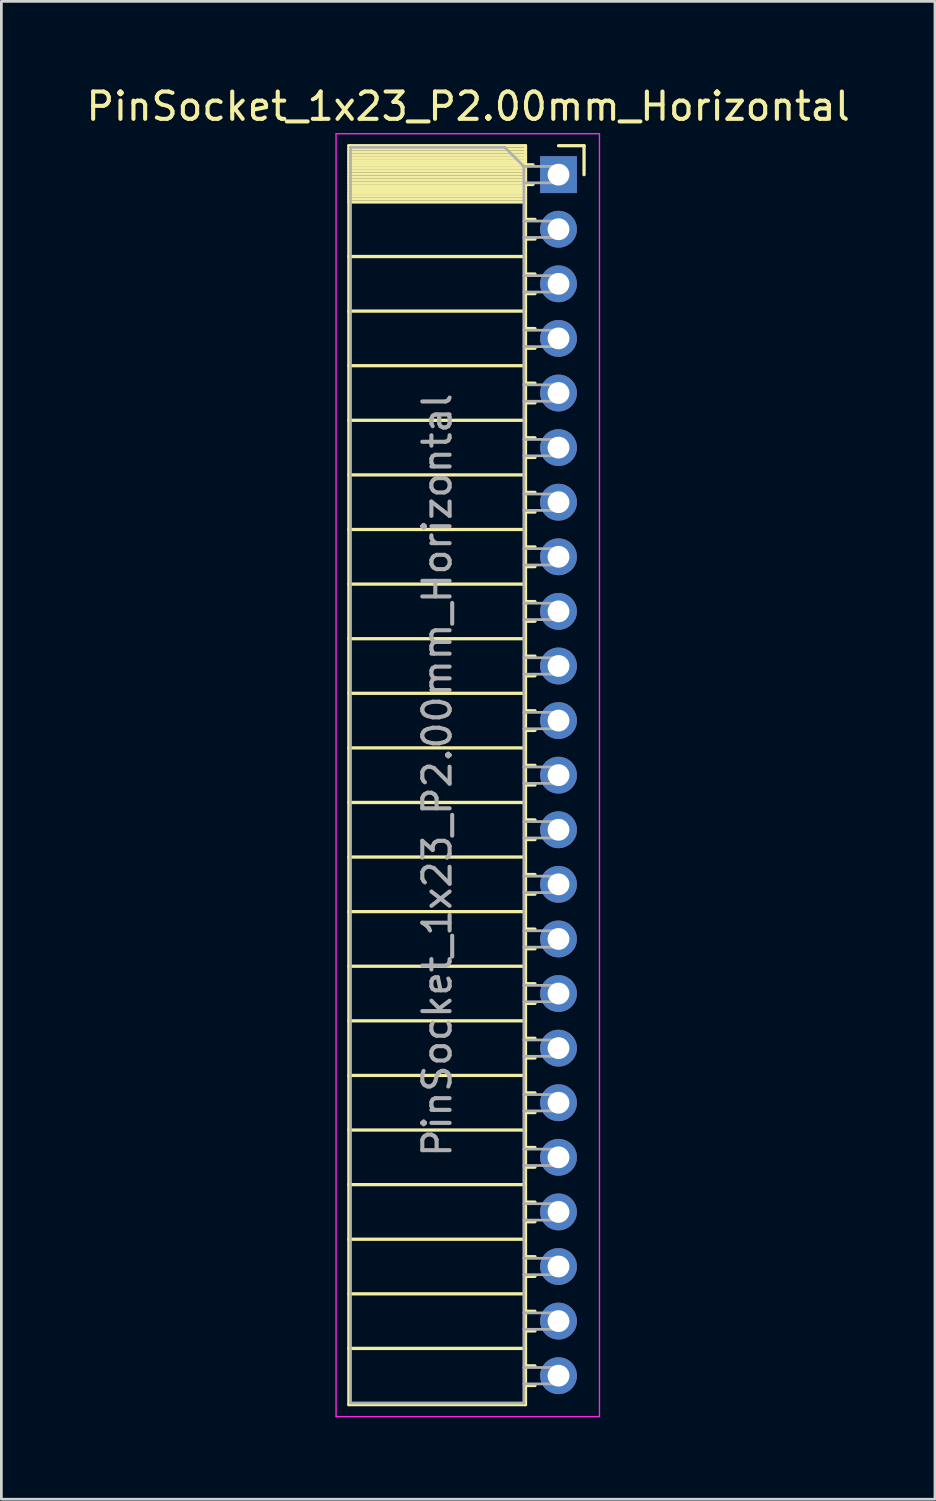
<source format=kicad_pcb>
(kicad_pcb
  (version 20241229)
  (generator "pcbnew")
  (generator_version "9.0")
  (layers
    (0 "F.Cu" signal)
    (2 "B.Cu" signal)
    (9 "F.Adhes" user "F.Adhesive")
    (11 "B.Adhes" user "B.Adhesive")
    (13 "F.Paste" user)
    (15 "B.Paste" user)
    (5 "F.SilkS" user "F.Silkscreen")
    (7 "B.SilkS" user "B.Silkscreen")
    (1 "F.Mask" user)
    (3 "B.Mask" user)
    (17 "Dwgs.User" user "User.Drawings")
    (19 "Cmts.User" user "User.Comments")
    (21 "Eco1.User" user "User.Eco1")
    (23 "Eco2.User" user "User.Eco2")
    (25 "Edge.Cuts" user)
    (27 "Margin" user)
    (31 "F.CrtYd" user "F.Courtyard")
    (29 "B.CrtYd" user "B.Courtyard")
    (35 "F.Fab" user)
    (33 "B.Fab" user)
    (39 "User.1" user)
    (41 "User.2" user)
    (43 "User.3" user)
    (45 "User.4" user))
  (footprint "PinSocket_1x23_P2.00mm_Horizontal"
    (layer "F.Cu")
    (at 17.411 3.348)
    (property "Reference" "PinSocket_1x23_P2.00mm_Horizontal" (at -3.31 -2.5 0) (layer "F.SilkS") (effects (font (size 1 1) (thickness 0.15))))
    (attr through_hole)
    (fp_line (start -7.68 -1.06) (end -7.68 45.06) (stroke (width 0.12) (type solid)) (layer "F.SilkS"))
    (fp_line (start -7.68 -1.06) (end -1.21 -1.06) (stroke (width 0.12) (type solid)) (layer "F.SilkS"))
    (fp_line (start -7.68 -0.94) (end -1.21 -0.94) (stroke (width 0.12) (type solid)) (layer "F.SilkS"))
    (fp_line (start -7.68 -0.826) (end -1.21 -0.826) (stroke (width 0.12) (type solid)) (layer "F.SilkS"))
    (fp_line (start -7.68 -0.712) (end -1.21 -0.712) (stroke (width 0.12) (type solid)) (layer "F.SilkS"))
    (fp_line (start -7.68 -0.598) (end -1.21 -0.598) (stroke (width 0.12) (type solid)) (layer "F.SilkS"))
    (fp_line (start -7.68 -0.484) (end -1.21 -0.484) (stroke (width 0.12) (type solid)) (layer "F.SilkS"))
    (fp_line (start -7.68 -0.369) (end -1.21 -0.369) (stroke (width 0.12) (type solid)) (layer "F.SilkS"))
    (fp_line (start -7.68 -0.255) (end -1.21 -0.255) (stroke (width 0.12) (type solid)) (layer "F.SilkS"))
    (fp_line (start -7.68 -0.141) (end -1.21 -0.141) (stroke (width 0.12) (type solid)) (layer "F.SilkS"))
    (fp_line (start -7.68 -0.027) (end -1.21 -0.027) (stroke (width 0.12) (type solid)) (layer "F.SilkS"))
    (fp_line (start -7.68 0.087) (end -1.21 0.087) (stroke (width 0.12) (type solid)) (layer "F.SilkS"))
    (fp_line (start -7.68 0.201) (end -1.21 0.201) (stroke (width 0.12) (type solid)) (layer "F.SilkS"))
    (fp_line (start -7.68 0.315) (end -1.21 0.315) (stroke (width 0.12) (type solid)) (layer "F.SilkS"))
    (fp_line (start -7.68 0.429) (end -1.21 0.429) (stroke (width 0.12) (type solid)) (layer "F.SilkS"))
    (fp_line (start -7.68 0.544) (end -1.21 0.544) (stroke (width 0.12) (type solid)) (layer "F.SilkS"))
    (fp_line (start -7.68 0.658) (end -1.21 0.658) (stroke (width 0.12) (type solid)) (layer "F.SilkS"))
    (fp_line (start -7.68 0.772) (end -1.21 0.772) (stroke (width 0.12) (type solid)) (layer "F.SilkS"))
    (fp_line (start -7.68 0.886) (end -1.21 0.886) (stroke (width 0.12) (type solid)) (layer "F.SilkS"))
    (fp_line (start -7.68 1) (end -1.21 1) (stroke (width 0.12) (type solid)) (layer "F.SilkS"))
    (fp_line (start -7.68 3) (end -1.21 3) (stroke (width 0.12) (type solid)) (layer "F.SilkS"))
    (fp_line (start -7.68 5) (end -1.21 5) (stroke (width 0.12) (type solid)) (layer "F.SilkS"))
    (fp_line (start -7.68 7) (end -1.21 7) (stroke (width 0.12) (type solid)) (layer "F.SilkS"))
    (fp_line (start -7.68 9) (end -1.21 9) (stroke (width 0.12) (type solid)) (layer "F.SilkS"))
    (fp_line (start -7.68 11) (end -1.21 11) (stroke (width 0.12) (type solid)) (layer "F.SilkS"))
    (fp_line (start -7.68 13) (end -1.21 13) (stroke (width 0.12) (type solid)) (layer "F.SilkS"))
    (fp_line (start -7.68 15) (end -1.21 15) (stroke (width 0.12) (type solid)) (layer "F.SilkS"))
    (fp_line (start -7.68 17) (end -1.21 17) (stroke (width 0.12) (type solid)) (layer "F.SilkS"))
    (fp_line (start -7.68 19) (end -1.21 19) (stroke (width 0.12) (type solid)) (layer "F.SilkS"))
    (fp_line (start -7.68 21) (end -1.21 21) (stroke (width 0.12) (type solid)) (layer "F.SilkS"))
    (fp_line (start -7.68 23) (end -1.21 23) (stroke (width 0.12) (type solid)) (layer "F.SilkS"))
    (fp_line (start -7.68 25) (end -1.21 25) (stroke (width 0.12) (type solid)) (layer "F.SilkS"))
    (fp_line (start -7.68 27) (end -1.21 27) (stroke (width 0.12) (type solid)) (layer "F.SilkS"))
    (fp_line (start -7.68 29) (end -1.21 29) (stroke (width 0.12) (type solid)) (layer "F.SilkS"))
    (fp_line (start -7.68 31) (end -1.21 31) (stroke (width 0.12) (type solid)) (layer "F.SilkS"))
    (fp_line (start -7.68 33) (end -1.21 33) (stroke (width 0.12) (type solid)) (layer "F.SilkS"))
    (fp_line (start -7.68 35) (end -1.21 35) (stroke (width 0.12) (type solid)) (layer "F.SilkS"))
    (fp_line (start -7.68 37) (end -1.21 37) (stroke (width 0.12) (type solid)) (layer "F.SilkS"))
    (fp_line (start -7.68 39) (end -1.21 39) (stroke (width 0.12) (type solid)) (layer "F.SilkS"))
    (fp_line (start -7.68 41) (end -1.21 41) (stroke (width 0.12) (type solid)) (layer "F.SilkS"))
    (fp_line (start -7.68 43) (end -1.21 43) (stroke (width 0.12) (type solid)) (layer "F.SilkS"))
    (fp_line (start -7.68 45.06) (end -1.21 45.06) (stroke (width 0.12) (type solid)) (layer "F.SilkS"))
    (fp_line (start -1.21 -1.06) (end -1.21 45.06) (stroke (width 0.12) (type solid)) (layer "F.SilkS"))
    (fp_line (start -1.21 -0.36) (end -0.935 -0.36) (stroke (width 0.12) (type solid)) (layer "F.SilkS"))
    (fp_line (start -1.21 0.36) (end -0.935 0.36) (stroke (width 0.12) (type solid)) (layer "F.SilkS"))
    (fp_line (start -1.21 1.64) (end -0.863 1.64) (stroke (width 0.12) (type solid)) (layer "F.SilkS"))
    (fp_line (start -1.21 2.36) (end -0.863 2.36) (stroke (width 0.12) (type solid)) (layer "F.SilkS"))
    (fp_line (start -1.21 3.64) (end -0.863 3.64) (stroke (width 0.12) (type solid)) (layer "F.SilkS"))
    (fp_line (start -1.21 4.36) (end -0.863 4.36) (stroke (width 0.12) (type solid)) (layer "F.SilkS"))
    (fp_line (start -1.21 5.64) (end -0.863 5.64) (stroke (width 0.12) (type solid)) (layer "F.SilkS"))
    (fp_line (start -1.21 6.36) (end -0.863 6.36) (stroke (width 0.12) (type solid)) (layer "F.SilkS"))
    (fp_line (start -1.21 7.64) (end -0.863 7.64) (stroke (width 0.12) (type solid)) (layer "F.SilkS"))
    (fp_line (start -1.21 8.36) (end -0.863 8.36) (stroke (width 0.12) (type solid)) (layer "F.SilkS"))
    (fp_line (start -1.21 9.64) (end -0.863 9.64) (stroke (width 0.12) (type solid)) (layer "F.SilkS"))
    (fp_line (start -1.21 10.36) (end -0.863 10.36) (stroke (width 0.12) (type solid)) (layer "F.SilkS"))
    (fp_line (start -1.21 11.64) (end -0.863 11.64) (stroke (width 0.12) (type solid)) (layer "F.SilkS"))
    (fp_line (start -1.21 12.36) (end -0.863 12.36) (stroke (width 0.12) (type solid)) (layer "F.SilkS"))
    (fp_line (start -1.21 13.64) (end -0.863 13.64) (stroke (width 0.12) (type solid)) (layer "F.SilkS"))
    (fp_line (start -1.21 14.36) (end -0.863 14.36) (stroke (width 0.12) (type solid)) (layer "F.SilkS"))
    (fp_line (start -1.21 15.64) (end -0.863 15.64) (stroke (width 0.12) (type solid)) (layer "F.SilkS"))
    (fp_line (start -1.21 16.36) (end -0.863 16.36) (stroke (width 0.12) (type solid)) (layer "F.SilkS"))
    (fp_line (start -1.21 17.64) (end -0.863 17.64) (stroke (width 0.12) (type solid)) (layer "F.SilkS"))
    (fp_line (start -1.21 18.36) (end -0.863 18.36) (stroke (width 0.12) (type solid)) (layer "F.SilkS"))
    (fp_line (start -1.21 19.64) (end -0.863 19.64) (stroke (width 0.12) (type solid)) (layer "F.SilkS"))
    (fp_line (start -1.21 20.36) (end -0.863 20.36) (stroke (width 0.12) (type solid)) (layer "F.SilkS"))
    (fp_line (start -1.21 21.64) (end -0.863 21.64) (stroke (width 0.12) (type solid)) (layer "F.SilkS"))
    (fp_line (start -1.21 22.36) (end -0.863 22.36) (stroke (width 0.12) (type solid)) (layer "F.SilkS"))
    (fp_line (start -1.21 23.64) (end -0.863 23.64) (stroke (width 0.12) (type solid)) (layer "F.SilkS"))
    (fp_line (start -1.21 24.36) (end -0.863 24.36) (stroke (width 0.12) (type solid)) (layer "F.SilkS"))
    (fp_line (start -1.21 25.64) (end -0.863 25.64) (stroke (width 0.12) (type solid)) (layer "F.SilkS"))
    (fp_line (start -1.21 26.36) (end -0.863 26.36) (stroke (width 0.12) (type solid)) (layer "F.SilkS"))
    (fp_line (start -1.21 27.64) (end -0.863 27.64) (stroke (width 0.12) (type solid)) (layer "F.SilkS"))
    (fp_line (start -1.21 28.36) (end -0.863 28.36) (stroke (width 0.12) (type solid)) (layer "F.SilkS"))
    (fp_line (start -1.21 29.64) (end -0.863 29.64) (stroke (width 0.12) (type solid)) (layer "F.SilkS"))
    (fp_line (start -1.21 30.36) (end -0.863 30.36) (stroke (width 0.12) (type solid)) (layer "F.SilkS"))
    (fp_line (start -1.21 31.64) (end -0.863 31.64) (stroke (width 0.12) (type solid)) (layer "F.SilkS"))
    (fp_line (start -1.21 32.36) (end -0.863 32.36) (stroke (width 0.12) (type solid)) (layer "F.SilkS"))
    (fp_line (start -1.21 33.64) (end -0.863 33.64) (stroke (width 0.12) (type solid)) (layer "F.SilkS"))
    (fp_line (start -1.21 34.36) (end -0.863 34.36) (stroke (width 0.12) (type solid)) (layer "F.SilkS"))
    (fp_line (start -1.21 35.64) (end -0.863 35.64) (stroke (width 0.12) (type solid)) (layer "F.SilkS"))
    (fp_line (start -1.21 36.36) (end -0.863 36.36) (stroke (width 0.12) (type solid)) (layer "F.SilkS"))
    (fp_line (start -1.21 37.64) (end -0.863 37.64) (stroke (width 0.12) (type solid)) (layer "F.SilkS"))
    (fp_line (start -1.21 38.36) (end -0.863 38.36) (stroke (width 0.12) (type solid)) (layer "F.SilkS"))
    (fp_line (start -1.21 39.64) (end -0.863 39.64) (stroke (width 0.12) (type solid)) (layer "F.SilkS"))
    (fp_line (start -1.21 40.36) (end -0.863 40.36) (stroke (width 0.12) (type solid)) (layer "F.SilkS"))
    (fp_line (start -1.21 41.64) (end -0.863 41.64) (stroke (width 0.12) (type solid)) (layer "F.SilkS"))
    (fp_line (start -1.21 42.36) (end -0.863 42.36) (stroke (width 0.12) (type solid)) (layer "F.SilkS"))
    (fp_line (start -1.21 43.64) (end -0.863 43.64) (stroke (width 0.12) (type solid)) (layer "F.SilkS"))
    (fp_line (start -1.21 44.36) (end -0.863 44.36) (stroke (width 0.12) (type solid)) (layer "F.SilkS"))
    (fp_line (start 0 -1.06) (end 0.935 -1.06) (stroke (width 0.12) (type solid)) (layer "F.SilkS"))
    (fp_line (start 0.935 -1.06) (end 0.935 0) (stroke (width 0.12) (type solid)) (layer "F.SilkS"))
    (fp_line (start -8.15 -1.5) (end -8.15 45.5) (stroke (width 0.05) (type solid)) (layer "F.CrtYd"))
    (fp_line (start -8.15 45.5) (end 1.5 45.5) (stroke (width 0.05) (type solid)) (layer "F.CrtYd"))
    (fp_line (start 1.5 -1.5) (end -8.15 -1.5) (stroke (width 0.05) (type solid)) (layer "F.CrtYd"))
    (fp_line (start 1.5 45.5) (end 1.5 -1.5) (stroke (width 0.05) (type solid)) (layer "F.CrtYd"))
    (fp_line (start -7.62 -1) (end -1.97 -1) (stroke (width 0.1) (type solid)) (layer "F.Fab"))
    (fp_line (start -7.62 45) (end -7.62 -1) (stroke (width 0.1) (type solid)) (layer "F.Fab"))
    (fp_line (start -1.97 -1) (end -1.27 -0.3) (stroke (width 0.1) (type solid)) (layer "F.Fab"))
    (fp_line (start -1.27 -0.3) (end -1.27 45) (stroke (width 0.1) (type solid)) (layer "F.Fab"))
    (fp_line (start -1.27 0.3) (end 0 0.3) (stroke (width 0.1) (type solid)) (layer "F.Fab"))
    (fp_line (start -1.27 2.3) (end 0 2.3) (stroke (width 0.1) (type solid)) (layer "F.Fab"))
    (fp_line (start -1.27 4.3) (end 0 4.3) (stroke (width 0.1) (type solid)) (layer "F.Fab"))
    (fp_line (start -1.27 6.3) (end 0 6.3) (stroke (width 0.1) (type solid)) (layer "F.Fab"))
    (fp_line (start -1.27 8.3) (end 0 8.3) (stroke (width 0.1) (type solid)) (layer "F.Fab"))
    (fp_line (start -1.27 10.3) (end 0 10.3) (stroke (width 0.1) (type solid)) (layer "F.Fab"))
    (fp_line (start -1.27 12.3) (end 0 12.3) (stroke (width 0.1) (type solid)) (layer "F.Fab"))
    (fp_line (start -1.27 14.3) (end 0 14.3) (stroke (width 0.1) (type solid)) (layer "F.Fab"))
    (fp_line (start -1.27 16.3) (end 0 16.3) (stroke (width 0.1) (type solid)) (layer "F.Fab"))
    (fp_line (start -1.27 18.3) (end 0 18.3) (stroke (width 0.1) (type solid)) (layer "F.Fab"))
    (fp_line (start -1.27 20.3) (end 0 20.3) (stroke (width 0.1) (type solid)) (layer "F.Fab"))
    (fp_line (start -1.27 22.3) (end 0 22.3) (stroke (width 0.1) (type solid)) (layer "F.Fab"))
    (fp_line (start -1.27 24.3) (end 0 24.3) (stroke (width 0.1) (type solid)) (layer "F.Fab"))
    (fp_line (start -1.27 26.3) (end 0 26.3) (stroke (width 0.1) (type solid)) (layer "F.Fab"))
    (fp_line (start -1.27 28.3) (end 0 28.3) (stroke (width 0.1) (type solid)) (layer "F.Fab"))
    (fp_line (start -1.27 30.3) (end 0 30.3) (stroke (width 0.1) (type solid)) (layer "F.Fab"))
    (fp_line (start -1.27 32.3) (end 0 32.3) (stroke (width 0.1) (type solid)) (layer "F.Fab"))
    (fp_line (start -1.27 34.3) (end 0 34.3) (stroke (width 0.1) (type solid)) (layer "F.Fab"))
    (fp_line (start -1.27 36.3) (end 0 36.3) (stroke (width 0.1) (type solid)) (layer "F.Fab"))
    (fp_line (start -1.27 38.3) (end 0 38.3) (stroke (width 0.1) (type solid)) (layer "F.Fab"))
    (fp_line (start -1.27 40.3) (end 0 40.3) (stroke (width 0.1) (type solid)) (layer "F.Fab"))
    (fp_line (start -1.27 42.3) (end 0 42.3) (stroke (width 0.1) (type solid)) (layer "F.Fab"))
    (fp_line (start -1.27 44.3) (end 0 44.3) (stroke (width 0.1) (type solid)) (layer "F.Fab"))
    (fp_line (start -1.27 45) (end -7.62 45) (stroke (width 0.1) (type solid)) (layer "F.Fab"))
    (fp_line (start 0 -0.3) (end -1.27 -0.3) (stroke (width 0.1) (type solid)) (layer "F.Fab"))
    (fp_line (start 0 0.3) (end 0 -0.3) (stroke (width 0.1) (type solid)) (layer "F.Fab"))
    (fp_line (start 0 1.7) (end -1.27 1.7) (stroke (width 0.1) (type solid)) (layer "F.Fab"))
    (fp_line (start 0 2.3) (end 0 1.7) (stroke (width 0.1) (type solid)) (layer "F.Fab"))
    (fp_line (start 0 3.7) (end -1.27 3.7) (stroke (width 0.1) (type solid)) (layer "F.Fab"))
    (fp_line (start 0 4.3) (end 0 3.7) (stroke (width 0.1) (type solid)) (layer "F.Fab"))
    (fp_line (start 0 5.7) (end -1.27 5.7) (stroke (width 0.1) (type solid)) (layer "F.Fab"))
    (fp_line (start 0 6.3) (end 0 5.7) (stroke (width 0.1) (type solid)) (layer "F.Fab"))
    (fp_line (start 0 7.7) (end -1.27 7.7) (stroke (width 0.1) (type solid)) (layer "F.Fab"))
    (fp_line (start 0 8.3) (end 0 7.7) (stroke (width 0.1) (type solid)) (layer "F.Fab"))
    (fp_line (start 0 9.7) (end -1.27 9.7) (stroke (width 0.1) (type solid)) (layer "F.Fab"))
    (fp_line (start 0 10.3) (end 0 9.7) (stroke (width 0.1) (type solid)) (layer "F.Fab"))
    (fp_line (start 0 11.7) (end -1.27 11.7) (stroke (width 0.1) (type solid)) (layer "F.Fab"))
    (fp_line (start 0 12.3) (end 0 11.7) (stroke (width 0.1) (type solid)) (layer "F.Fab"))
    (fp_line (start 0 13.7) (end -1.27 13.7) (stroke (width 0.1) (type solid)) (layer "F.Fab"))
    (fp_line (start 0 14.3) (end 0 13.7) (stroke (width 0.1) (type solid)) (layer "F.Fab"))
    (fp_line (start 0 15.7) (end -1.27 15.7) (stroke (width 0.1) (type solid)) (layer "F.Fab"))
    (fp_line (start 0 16.3) (end 0 15.7) (stroke (width 0.1) (type solid)) (layer "F.Fab"))
    (fp_line (start 0 17.7) (end -1.27 17.7) (stroke (width 0.1) (type solid)) (layer "F.Fab"))
    (fp_line (start 0 18.3) (end 0 17.7) (stroke (width 0.1) (type solid)) (layer "F.Fab"))
    (fp_line (start 0 19.7) (end -1.27 19.7) (stroke (width 0.1) (type solid)) (layer "F.Fab"))
    (fp_line (start 0 20.3) (end 0 19.7) (stroke (width 0.1) (type solid)) (layer "F.Fab"))
    (fp_line (start 0 21.7) (end -1.27 21.7) (stroke (width 0.1) (type solid)) (layer "F.Fab"))
    (fp_line (start 0 22.3) (end 0 21.7) (stroke (width 0.1) (type solid)) (layer "F.Fab"))
    (fp_line (start 0 23.7) (end -1.27 23.7) (stroke (width 0.1) (type solid)) (layer "F.Fab"))
    (fp_line (start 0 24.3) (end 0 23.7) (stroke (width 0.1) (type solid)) (layer "F.Fab"))
    (fp_line (start 0 25.7) (end -1.27 25.7) (stroke (width 0.1) (type solid)) (layer "F.Fab"))
    (fp_line (start 0 26.3) (end 0 25.7) (stroke (width 0.1) (type solid)) (layer "F.Fab"))
    (fp_line (start 0 27.7) (end -1.27 27.7) (stroke (width 0.1) (type solid)) (layer "F.Fab"))
    (fp_line (start 0 28.3) (end 0 27.7) (stroke (width 0.1) (type solid)) (layer "F.Fab"))
    (fp_line (start 0 29.7) (end -1.27 29.7) (stroke (width 0.1) (type solid)) (layer "F.Fab"))
    (fp_line (start 0 30.3) (end 0 29.7) (stroke (width 0.1) (type solid)) (layer "F.Fab"))
    (fp_line (start 0 31.7) (end -1.27 31.7) (stroke (width 0.1) (type solid)) (layer "F.Fab"))
    (fp_line (start 0 32.3) (end 0 31.7) (stroke (width 0.1) (type solid)) (layer "F.Fab"))
    (fp_line (start 0 33.7) (end -1.27 33.7) (stroke (width 0.1) (type solid)) (layer "F.Fab"))
    (fp_line (start 0 34.3) (end 0 33.7) (stroke (width 0.1) (type solid)) (layer "F.Fab"))
    (fp_line (start 0 35.7) (end -1.27 35.7) (stroke (width 0.1) (type solid)) (layer "F.Fab"))
    (fp_line (start 0 36.3) (end 0 35.7) (stroke (width 0.1) (type solid)) (layer "F.Fab"))
    (fp_line (start 0 37.7) (end -1.27 37.7) (stroke (width 0.1) (type solid)) (layer "F.Fab"))
    (fp_line (start 0 38.3) (end 0 37.7) (stroke (width 0.1) (type solid)) (layer "F.Fab"))
    (fp_line (start 0 39.7) (end -1.27 39.7) (stroke (width 0.1) (type solid)) (layer "F.Fab"))
    (fp_line (start 0 40.3) (end 0 39.7) (stroke (width 0.1) (type solid)) (layer "F.Fab"))
    (fp_line (start 0 41.7) (end -1.27 41.7) (stroke (width 0.1) (type solid)) (layer "F.Fab"))
    (fp_line (start 0 42.3) (end 0 41.7) (stroke (width 0.1) (type solid)) (layer "F.Fab"))
    (fp_line (start 0 43.7) (end -1.27 43.7) (stroke (width 0.1) (type solid)) (layer "F.Fab"))
    (fp_line (start 0 44.3) (end 0 43.7) (stroke (width 0.1) (type solid)) (layer "F.Fab"))
    (fp_text user "${REFERENCE}" (at -4.445 22 90) (layer "F.Fab") (effects (font (size 1 1) (thickness 0.15))))
    (pad "1" thru_hole rect (at 0 0) (size 1.35 1.35) (drill 0.8) (layers "*.Cu" "*.Mask"))
    (pad "2" thru_hole circle (at 0 2) (size 1.35 1.35) (drill 0.8) (layers "*.Cu" "*.Mask"))
    (pad "3" thru_hole circle (at 0 4) (size 1.35 1.35) (drill 0.8) (layers "*.Cu" "*.Mask"))
    (pad "4" thru_hole circle (at 0 6) (size 1.35 1.35) (drill 0.8) (layers "*.Cu" "*.Mask"))
    (pad "5" thru_hole circle (at 0 8) (size 1.35 1.35) (drill 0.8) (layers "*.Cu" "*.Mask"))
    (pad "6" thru_hole circle (at 0 10) (size 1.35 1.35) (drill 0.8) (layers "*.Cu" "*.Mask"))
    (pad "7" thru_hole circle (at 0 12) (size 1.35 1.35) (drill 0.8) (layers "*.Cu" "*.Mask"))
    (pad "8" thru_hole circle (at 0 14) (size 1.35 1.35) (drill 0.8) (layers "*.Cu" "*.Mask"))
    (pad "9" thru_hole circle (at 0 16) (size 1.35 1.35) (drill 0.8) (layers "*.Cu" "*.Mask"))
    (pad "10" thru_hole circle (at 0 18) (size 1.35 1.35) (drill 0.8) (layers "*.Cu" "*.Mask"))
    (pad "11" thru_hole circle (at 0 20) (size 1.35 1.35) (drill 0.8) (layers "*.Cu" "*.Mask"))
    (pad "12" thru_hole circle (at 0 22) (size 1.35 1.35) (drill 0.8) (layers "*.Cu" "*.Mask"))
    (pad "13" thru_hole circle (at 0 24) (size 1.35 1.35) (drill 0.8) (layers "*.Cu" "*.Mask"))
    (pad "14" thru_hole circle (at 0 26) (size 1.35 1.35) (drill 0.8) (layers "*.Cu" "*.Mask"))
    (pad "15" thru_hole circle (at 0 28) (size 1.35 1.35) (drill 0.8) (layers "*.Cu" "*.Mask"))
    (pad "16" thru_hole circle (at 0 30) (size 1.35 1.35) (drill 0.8) (layers "*.Cu" "*.Mask"))
    (pad "17" thru_hole circle (at 0 32) (size 1.35 1.35) (drill 0.8) (layers "*.Cu" "*.Mask"))
    (pad "18" thru_hole circle (at 0 34) (size 1.35 1.35) (drill 0.8) (layers "*.Cu" "*.Mask"))
    (pad "19" thru_hole circle (at 0 36) (size 1.35 1.35) (drill 0.8) (layers "*.Cu" "*.Mask"))
    (pad "20" thru_hole circle (at 0 38) (size 1.35 1.35) (drill 0.8) (layers "*.Cu" "*.Mask"))
    (pad "21" thru_hole circle (at 0 40) (size 1.35 1.35) (drill 0.8) (layers "*.Cu" "*.Mask"))
    (pad "22" thru_hole circle (at 0 42) (size 1.35 1.35) (drill 0.8) (layers "*.Cu" "*.Mask"))
    (pad "23" thru_hole circle (at 0 44) (size 1.35 1.35) (drill 0.8) (layers "*.Cu" "*.Mask")))
  (gr_rect
    (start -3 -3)
    (end 31.202 51.873)
    (stroke (width 0.1) (type default))
    (fill no)
    (layer "Edge.Cuts")))
</source>
